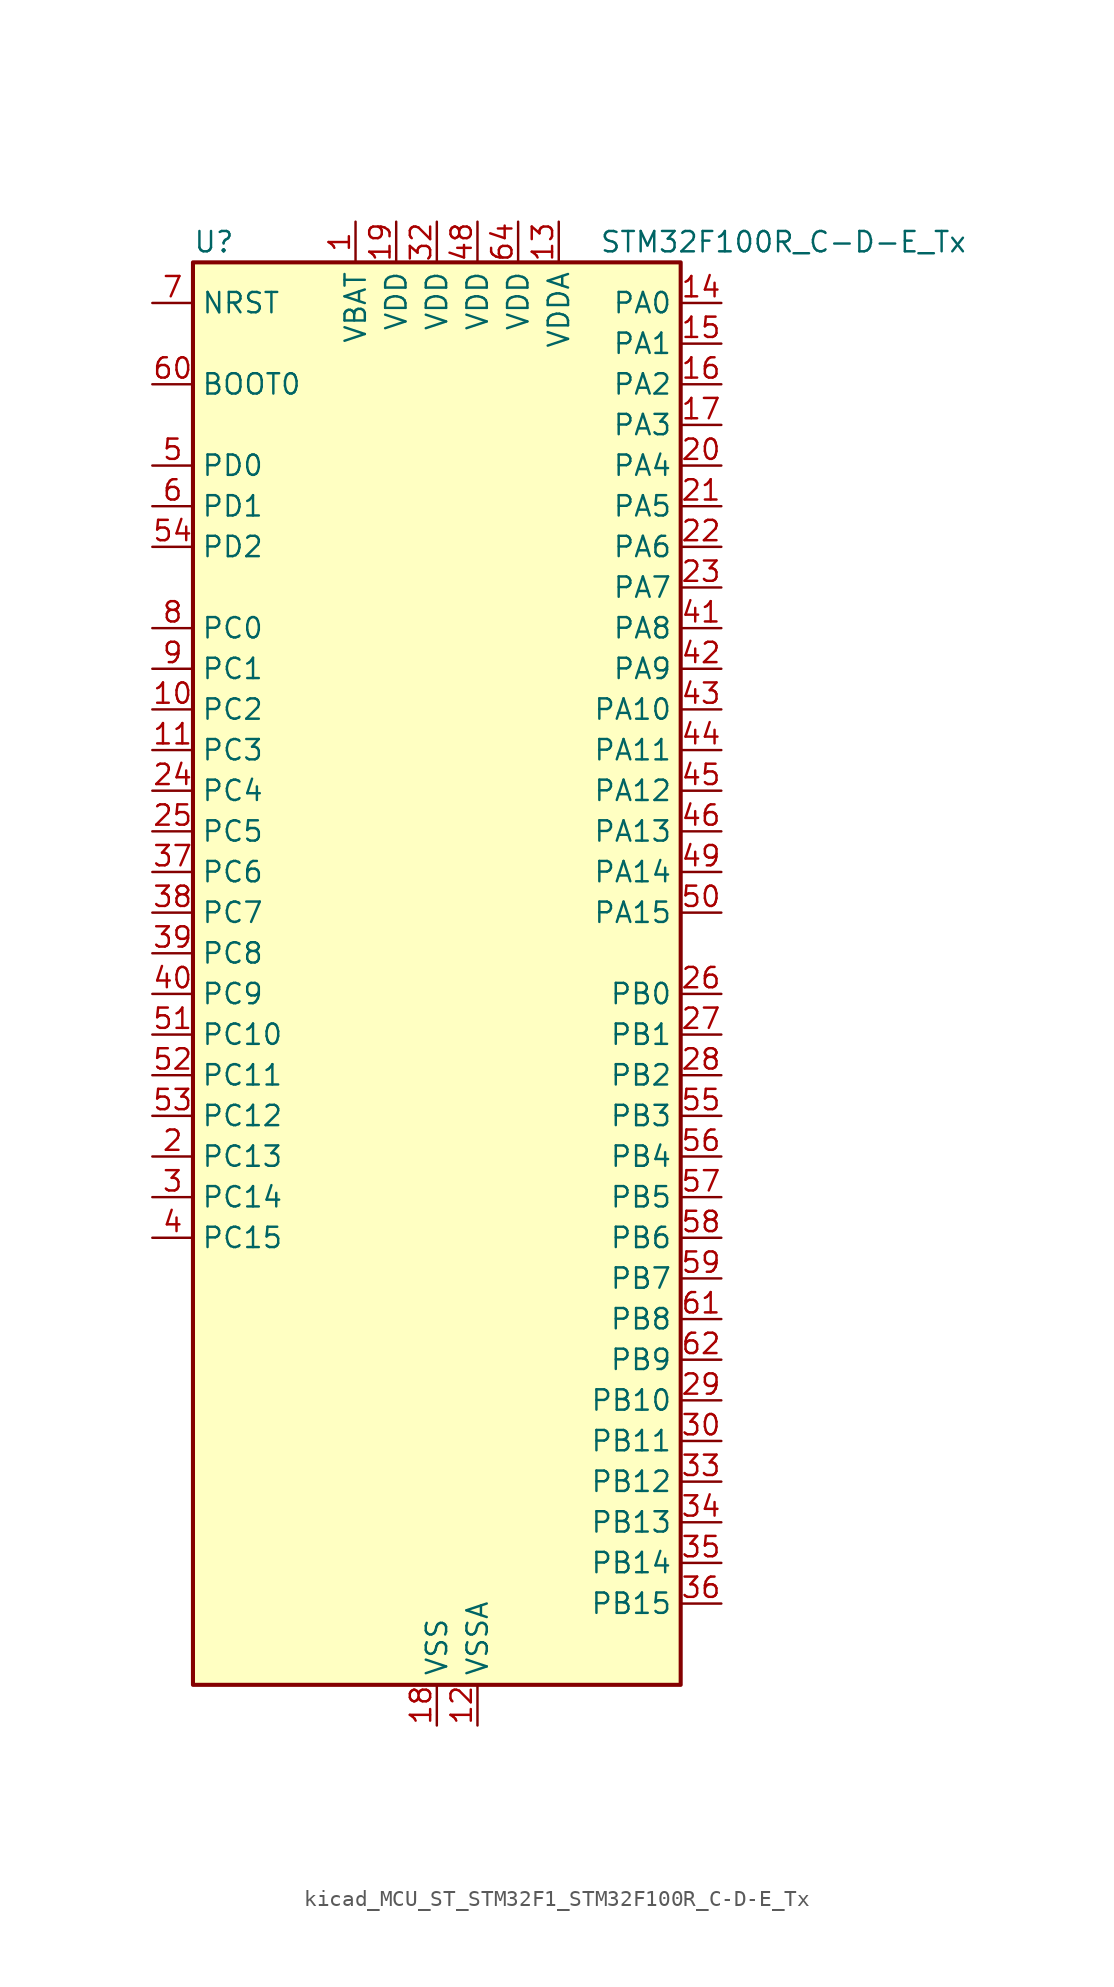
<source format=kicad_sym>
(kicad_symbol_lib
  (version 20220914)
  (generator kicad_symbol_editor)
  (symbol "kicad_MCU_ST_STM32F1_STM32F100R_C-D-E_Tx"
    (property "Reference" "U"
      (at -15.24 46.99 0)
      (effects (font (size 1.27 1.27)) (justify left)))
    (property "Value" "STM32F100R_C-D-E_Tx"
      (at 10.16 46.99 0)
      (effects (font (size 1.27 1.27)) (justify left)))
    (property "ki_locked" ""
      (at 0 0 0)
      (effects (font (size 1.27 1.27))))
    (symbol "kicad_MCU_ST_STM32F1_STM32F100R_C-D-E_Tx_0_1"
      (rectangle (start -15.24 -43.18) (end 15.24 45.72) (stroke (width 0.254) (type default)) (fill (type background))))
    (symbol "kicad_MCU_ST_STM32F1_STM32F100R_C-D-E_Tx_1_1"
      (pin power_in line (at -5.08 48.26 270) (length 2.54) (name "VBAT" (effects (font (size 1.27 1.27)))) (number "1" (effects (font (size 1.27 1.27)))))
      (pin bidirectional line (at -17.78 17.78 0) (length 2.54) (name "PC2" (effects (font (size 1.27 1.27)))) (number "10" (effects (font (size 1.27 1.27)))) (alternate "ADC1_IN12" bidirectional line))
      (pin bidirectional line (at -17.78 15.24 0) (length 2.54) (name "PC3" (effects (font (size 1.27 1.27)))) (number "11" (effects (font (size 1.27 1.27)))) (alternate "ADC1_IN13" bidirectional line))
      (pin power_in line (at 2.54 -45.72 90) (length 2.54) (name "VSSA" (effects (font (size 1.27 1.27)))) (number "12" (effects (font (size 1.27 1.27)))))
      (pin power_in line (at 7.62 48.26 270) (length 2.54) (name "VDDA" (effects (font (size 1.27 1.27)))) (number "13" (effects (font (size 1.27 1.27)))))
      (pin bidirectional line (at 17.78 43.18 180) (length 2.54) (name "PA0" (effects (font (size 1.27 1.27)))) (number "14" (effects (font (size 1.27 1.27)))) (alternate "ADC1_IN0" bidirectional line) (alternate "SYS_WKUP" bidirectional line) (alternate "TIM2_CH1" bidirectional line) (alternate "TIM2_ETR" bidirectional line) (alternate "TIM5_CH1" bidirectional line) (alternate "USART2_CTS" bidirectional line))
      (pin bidirectional line (at 17.78 40.64 180) (length 2.54) (name "PA1" (effects (font (size 1.27 1.27)))) (number "15" (effects (font (size 1.27 1.27)))) (alternate "ADC1_IN1" bidirectional line) (alternate "TIM2_CH2" bidirectional line) (alternate "TIM5_CH2" bidirectional line) (alternate "USART2_RTS" bidirectional line))
      (pin bidirectional line (at 17.78 38.1 180) (length 2.54) (name "PA2" (effects (font (size 1.27 1.27)))) (number "16" (effects (font (size 1.27 1.27)))) (alternate "ADC1_IN2" bidirectional line) (alternate "TIM15_CH1" bidirectional line) (alternate "TIM2_CH3" bidirectional line) (alternate "TIM5_CH3" bidirectional line) (alternate "USART2_TX" bidirectional line))
      (pin bidirectional line (at 17.78 35.56 180) (length 2.54) (name "PA3" (effects (font (size 1.27 1.27)))) (number "17" (effects (font (size 1.27 1.27)))) (alternate "ADC1_IN3" bidirectional line) (alternate "TIM15_CH2" bidirectional line) (alternate "TIM2_CH4" bidirectional line) (alternate "TIM5_CH4" bidirectional line) (alternate "USART2_RX" bidirectional line))
      (pin power_in line (at 0 -45.72 90) (length 2.54) (name "VSS" (effects (font (size 1.27 1.27)))) (number "18" (effects (font (size 1.27 1.27)))))
      (pin power_in line (at -2.54 48.26 270) (length 2.54) (name "VDD" (effects (font (size 1.27 1.27)))) (number "19" (effects (font (size 1.27 1.27)))))
      (pin bidirectional line (at -17.78 -10.16 0) (length 2.54) (name "PC13" (effects (font (size 1.27 1.27)))) (number "2" (effects (font (size 1.27 1.27)))) (alternate "RTC_OUT" bidirectional line) (alternate "RTC_TAMPER" bidirectional line))
      (pin bidirectional line (at 17.78 33.02 180) (length 2.54) (name "PA4" (effects (font (size 1.27 1.27)))) (number "20" (effects (font (size 1.27 1.27)))) (alternate "ADC1_IN4" bidirectional line) (alternate "DAC_OUT1" bidirectional line) (alternate "SPI1_NSS" bidirectional line) (alternate "USART2_CK" bidirectional line))
      (pin bidirectional line (at 17.78 30.48 180) (length 2.54) (name "PA5" (effects (font (size 1.27 1.27)))) (number "21" (effects (font (size 1.27 1.27)))) (alternate "ADC1_IN5" bidirectional line) (alternate "DAC_OUT2" bidirectional line) (alternate "SPI1_SCK" bidirectional line))
      (pin bidirectional line (at 17.78 27.94 180) (length 2.54) (name "PA6" (effects (font (size 1.27 1.27)))) (number "22" (effects (font (size 1.27 1.27)))) (alternate "ADC1_IN6" bidirectional line) (alternate "SPI1_MISO" bidirectional line) (alternate "TIM16_CH1" bidirectional line) (alternate "TIM1_BKIN" bidirectional line) (alternate "TIM3_CH1" bidirectional line))
      (pin bidirectional line (at 17.78 25.4 180) (length 2.54) (name "PA7" (effects (font (size 1.27 1.27)))) (number "23" (effects (font (size 1.27 1.27)))) (alternate "ADC1_IN7" bidirectional line) (alternate "SPI1_MOSI" bidirectional line) (alternate "TIM17_CH1" bidirectional line) (alternate "TIM1_CH1N" bidirectional line) (alternate "TIM3_CH2" bidirectional line))
      (pin bidirectional line (at -17.78 12.7 0) (length 2.54) (name "PC4" (effects (font (size 1.27 1.27)))) (number "24" (effects (font (size 1.27 1.27)))) (alternate "ADC1_IN14" bidirectional line) (alternate "TIM12_CH1" bidirectional line))
      (pin bidirectional line (at -17.78 10.16 0) (length 2.54) (name "PC5" (effects (font (size 1.27 1.27)))) (number "25" (effects (font (size 1.27 1.27)))) (alternate "ADC1_IN15" bidirectional line) (alternate "TIM12_CH2" bidirectional line))
      (pin bidirectional line (at 17.78 0 180) (length 2.54) (name "PB0" (effects (font (size 1.27 1.27)))) (number "26" (effects (font (size 1.27 1.27)))) (alternate "ADC1_IN8" bidirectional line) (alternate "TIM13_CH1" bidirectional line) (alternate "TIM1_CH2N" bidirectional line) (alternate "TIM3_CH3" bidirectional line))
      (pin bidirectional line (at 17.78 -2.54 180) (length 2.54) (name "PB1" (effects (font (size 1.27 1.27)))) (number "27" (effects (font (size 1.27 1.27)))) (alternate "ADC1_IN9" bidirectional line) (alternate "TIM14_CH1" bidirectional line) (alternate "TIM1_CH3N" bidirectional line) (alternate "TIM3_CH4" bidirectional line))
      (pin bidirectional line (at 17.78 -5.08 180) (length 2.54) (name "PB2" (effects (font (size 1.27 1.27)))) (number "28" (effects (font (size 1.27 1.27)))))
      (pin bidirectional line (at 17.78 -25.4 180) (length 2.54) (name "PB10" (effects (font (size 1.27 1.27)))) (number "29" (effects (font (size 1.27 1.27)))) (alternate "CEC" bidirectional line) (alternate "I2C2_SCL" bidirectional line) (alternate "TIM2_CH3" bidirectional line) (alternate "USART3_TX" bidirectional line))
      (pin bidirectional line (at -17.78 -12.7 0) (length 2.54) (name "PC14" (effects (font (size 1.27 1.27)))) (number "3" (effects (font (size 1.27 1.27)))) (alternate "RCC_OSC32_IN" bidirectional line))
      (pin bidirectional line (at 17.78 -27.94 180) (length 2.54) (name "PB11" (effects (font (size 1.27 1.27)))) (number "30" (effects (font (size 1.27 1.27)))) (alternate "ADC1_EXTI11" bidirectional line) (alternate "I2C2_SDA" bidirectional line) (alternate "TIM2_CH4" bidirectional line) (alternate "USART3_RX" bidirectional line))
      (pin passive line (at 0 -45.72 90) (length 2.54) hide (name "VSS" (effects (font (size 1.27 1.27)))) (number "31" (effects (font (size 1.27 1.27)))))
      (pin power_in line (at 0 48.26 270) (length 2.54) (name "VDD" (effects (font (size 1.27 1.27)))) (number "32" (effects (font (size 1.27 1.27)))))
      (pin bidirectional line (at 17.78 -30.48 180) (length 2.54) (name "PB12" (effects (font (size 1.27 1.27)))) (number "33" (effects (font (size 1.27 1.27)))) (alternate "I2C2_SMBA" bidirectional line) (alternate "SPI2_NSS" bidirectional line) (alternate "TIM12_CH1" bidirectional line) (alternate "TIM1_BKIN" bidirectional line) (alternate "USART3_CK" bidirectional line))
      (pin bidirectional line (at 17.78 -33.02 180) (length 2.54) (name "PB13" (effects (font (size 1.27 1.27)))) (number "34" (effects (font (size 1.27 1.27)))) (alternate "SPI2_SCK" bidirectional line) (alternate "TIM12_CH2" bidirectional line) (alternate "TIM1_CH1N" bidirectional line) (alternate "USART3_CTS" bidirectional line))
      (pin bidirectional line (at 17.78 -35.56 180) (length 2.54) (name "PB14" (effects (font (size 1.27 1.27)))) (number "35" (effects (font (size 1.27 1.27)))) (alternate "SPI2_MISO" bidirectional line) (alternate "TIM15_CH1" bidirectional line) (alternate "TIM1_CH2N" bidirectional line) (alternate "USART3_RTS" bidirectional line))
      (pin bidirectional line (at 17.78 -38.1 180) (length 2.54) (name "PB15" (effects (font (size 1.27 1.27)))) (number "36" (effects (font (size 1.27 1.27)))) (alternate "ADC1_EXTI15" bidirectional line) (alternate "SPI2_MOSI" bidirectional line) (alternate "TIM15_CH1N" bidirectional line) (alternate "TIM15_CH2" bidirectional line) (alternate "TIM1_CH3N" bidirectional line))
      (pin bidirectional line (at -17.78 7.62 0) (length 2.54) (name "PC6" (effects (font (size 1.27 1.27)))) (number "37" (effects (font (size 1.27 1.27)))) (alternate "TIM3_CH1" bidirectional line))
      (pin bidirectional line (at -17.78 5.08 0) (length 2.54) (name "PC7" (effects (font (size 1.27 1.27)))) (number "38" (effects (font (size 1.27 1.27)))) (alternate "TIM3_CH2" bidirectional line))
      (pin bidirectional line (at -17.78 2.54 0) (length 2.54) (name "PC8" (effects (font (size 1.27 1.27)))) (number "39" (effects (font (size 1.27 1.27)))) (alternate "TIM13_CH1" bidirectional line) (alternate "TIM3_CH3" bidirectional line))
      (pin bidirectional line (at -17.78 -15.24 0) (length 2.54) (name "PC15" (effects (font (size 1.27 1.27)))) (number "4" (effects (font (size 1.27 1.27)))) (alternate "ADC1_EXTI15" bidirectional line) (alternate "RCC_OSC32_OUT" bidirectional line))
      (pin bidirectional line (at -17.78 0 0) (length 2.54) (name "PC9" (effects (font (size 1.27 1.27)))) (number "40" (effects (font (size 1.27 1.27)))) (alternate "DAC_EXTI9" bidirectional line) (alternate "TIM14_CH1" bidirectional line) (alternate "TIM3_CH4" bidirectional line))
      (pin bidirectional line (at 17.78 22.86 180) (length 2.54) (name "PA8" (effects (font (size 1.27 1.27)))) (number "41" (effects (font (size 1.27 1.27)))) (alternate "RCC_MCO" bidirectional line) (alternate "TIM1_CH1" bidirectional line) (alternate "USART1_CK" bidirectional line))
      (pin bidirectional line (at 17.78 20.32 180) (length 2.54) (name "PA9" (effects (font (size 1.27 1.27)))) (number "42" (effects (font (size 1.27 1.27)))) (alternate "DAC_EXTI9" bidirectional line) (alternate "TIM15_BKIN" bidirectional line) (alternate "TIM1_CH2" bidirectional line) (alternate "USART1_TX" bidirectional line))
      (pin bidirectional line (at 17.78 17.78 180) (length 2.54) (name "PA10" (effects (font (size 1.27 1.27)))) (number "43" (effects (font (size 1.27 1.27)))) (alternate "TIM17_BKIN" bidirectional line) (alternate "TIM1_CH3" bidirectional line) (alternate "USART1_RX" bidirectional line))
      (pin bidirectional line (at 17.78 15.24 180) (length 2.54) (name "PA11" (effects (font (size 1.27 1.27)))) (number "44" (effects (font (size 1.27 1.27)))) (alternate "ADC1_EXTI11" bidirectional line) (alternate "TIM1_CH4" bidirectional line) (alternate "USART1_CTS" bidirectional line))
      (pin bidirectional line (at 17.78 12.7 180) (length 2.54) (name "PA12" (effects (font (size 1.27 1.27)))) (number "45" (effects (font (size 1.27 1.27)))) (alternate "TIM1_ETR" bidirectional line) (alternate "USART1_RTS" bidirectional line))
      (pin bidirectional line (at 17.78 10.16 180) (length 2.54) (name "PA13" (effects (font (size 1.27 1.27)))) (number "46" (effects (font (size 1.27 1.27)))) (alternate "SYS_JTMS-SWDIO" bidirectional line))
      (pin passive line (at 0 -45.72 90) (length 2.54) hide (name "VSS" (effects (font (size 1.27 1.27)))) (number "47" (effects (font (size 1.27 1.27)))))
      (pin power_in line (at 2.54 48.26 270) (length 2.54) (name "VDD" (effects (font (size 1.27 1.27)))) (number "48" (effects (font (size 1.27 1.27)))))
      (pin bidirectional line (at 17.78 7.62 180) (length 2.54) (name "PA14" (effects (font (size 1.27 1.27)))) (number "49" (effects (font (size 1.27 1.27)))) (alternate "SYS_JTCK-SWCLK" bidirectional line))
      (pin bidirectional line (at -17.78 33.02 0) (length 2.54) (name "PD0" (effects (font (size 1.27 1.27)))) (number "5" (effects (font (size 1.27 1.27)))) (alternate "RCC_OSC_IN" bidirectional line))
      (pin bidirectional line (at 17.78 5.08 180) (length 2.54) (name "PA15" (effects (font (size 1.27 1.27)))) (number "50" (effects (font (size 1.27 1.27)))) (alternate "ADC1_EXTI15" bidirectional line) (alternate "SPI1_NSS" bidirectional line) (alternate "SPI3_NSS" bidirectional line) (alternate "SYS_JTDI" bidirectional line) (alternate "TIM2_CH1" bidirectional line) (alternate "TIM2_ETR" bidirectional line))
      (pin bidirectional line (at -17.78 -2.54 0) (length 2.54) (name "PC10" (effects (font (size 1.27 1.27)))) (number "51" (effects (font (size 1.27 1.27)))) (alternate "UART4_TX" bidirectional line) (alternate "USART3_TX" bidirectional line))
      (pin bidirectional line (at -17.78 -5.08 0) (length 2.54) (name "PC11" (effects (font (size 1.27 1.27)))) (number "52" (effects (font (size 1.27 1.27)))) (alternate "ADC1_EXTI11" bidirectional line) (alternate "UART4_RX" bidirectional line) (alternate "USART3_RX" bidirectional line))
      (pin bidirectional line (at -17.78 -7.62 0) (length 2.54) (name "PC12" (effects (font (size 1.27 1.27)))) (number "53" (effects (font (size 1.27 1.27)))) (alternate "UART5_TX" bidirectional line) (alternate "USART3_CK" bidirectional line))
      (pin bidirectional line (at -17.78 27.94 0) (length 2.54) (name "PD2" (effects (font (size 1.27 1.27)))) (number "54" (effects (font (size 1.27 1.27)))) (alternate "TIM3_ETR" bidirectional line) (alternate "UART5_RX" bidirectional line))
      (pin bidirectional line (at 17.78 -7.62 180) (length 2.54) (name "PB3" (effects (font (size 1.27 1.27)))) (number "55" (effects (font (size 1.27 1.27)))) (alternate "SPI1_SCK" bidirectional line) (alternate "SPI3_SCK" bidirectional line) (alternate "SYS_JTDO-TRACESWO" bidirectional line) (alternate "TIM2_CH2" bidirectional line))
      (pin bidirectional line (at 17.78 -10.16 180) (length 2.54) (name "PB4" (effects (font (size 1.27 1.27)))) (number "56" (effects (font (size 1.27 1.27)))) (alternate "SPI1_MISO" bidirectional line) (alternate "SPI3_MISO" bidirectional line) (alternate "SYS_NJTRST" bidirectional line) (alternate "TIM3_CH1" bidirectional line))
      (pin bidirectional line (at 17.78 -12.7 180) (length 2.54) (name "PB5" (effects (font (size 1.27 1.27)))) (number "57" (effects (font (size 1.27 1.27)))) (alternate "I2C1_SMBA" bidirectional line) (alternate "SPI1_MOSI" bidirectional line) (alternate "SPI3_MOSI" bidirectional line) (alternate "TIM16_BKIN" bidirectional line) (alternate "TIM3_CH2" bidirectional line))
      (pin bidirectional line (at 17.78 -15.24 180) (length 2.54) (name "PB6" (effects (font (size 1.27 1.27)))) (number "58" (effects (font (size 1.27 1.27)))) (alternate "I2C1_SCL" bidirectional line) (alternate "TIM16_CH1N" bidirectional line) (alternate "TIM4_CH1" bidirectional line) (alternate "USART1_TX" bidirectional line))
      (pin bidirectional line (at 17.78 -17.78 180) (length 2.54) (name "PB7" (effects (font (size 1.27 1.27)))) (number "59" (effects (font (size 1.27 1.27)))) (alternate "I2C1_SDA" bidirectional line) (alternate "TIM17_CH1N" bidirectional line) (alternate "TIM4_CH2" bidirectional line) (alternate "USART1_RX" bidirectional line))
      (pin bidirectional line (at -17.78 30.48 0) (length 2.54) (name "PD1" (effects (font (size 1.27 1.27)))) (number "6" (effects (font (size 1.27 1.27)))) (alternate "RCC_OSC_OUT" bidirectional line))
      (pin input line (at -17.78 38.1 0) (length 2.54) (name "BOOT0" (effects (font (size 1.27 1.27)))) (number "60" (effects (font (size 1.27 1.27)))))
      (pin bidirectional line (at 17.78 -20.32 180) (length 2.54) (name "PB8" (effects (font (size 1.27 1.27)))) (number "61" (effects (font (size 1.27 1.27)))) (alternate "CEC" bidirectional line) (alternate "I2C1_SCL" bidirectional line) (alternate "TIM16_CH1" bidirectional line) (alternate "TIM4_CH3" bidirectional line))
      (pin bidirectional line (at 17.78 -22.86 180) (length 2.54) (name "PB9" (effects (font (size 1.27 1.27)))) (number "62" (effects (font (size 1.27 1.27)))) (alternate "DAC_EXTI9" bidirectional line) (alternate "I2C1_SDA" bidirectional line) (alternate "TIM17_CH1" bidirectional line) (alternate "TIM4_CH4" bidirectional line))
      (pin passive line (at 0 -45.72 90) (length 2.54) hide (name "VSS" (effects (font (size 1.27 1.27)))) (number "63" (effects (font (size 1.27 1.27)))))
      (pin power_in line (at 5.08 48.26 270) (length 2.54) (name "VDD" (effects (font (size 1.27 1.27)))) (number "64" (effects (font (size 1.27 1.27)))))
      (pin input line (at -17.78 43.18 0) (length 2.54) (name "NRST" (effects (font (size 1.27 1.27)))) (number "7" (effects (font (size 1.27 1.27)))))
      (pin bidirectional line (at -17.78 22.86 0) (length 2.54) (name "PC0" (effects (font (size 1.27 1.27)))) (number "8" (effects (font (size 1.27 1.27)))) (alternate "ADC1_IN10" bidirectional line))
      (pin bidirectional line (at -17.78 20.32 0) (length 2.54) (name "PC1" (effects (font (size 1.27 1.27)))) (number "9" (effects (font (size 1.27 1.27)))) (alternate "ADC1_IN11" bidirectional line)))))
</source>
